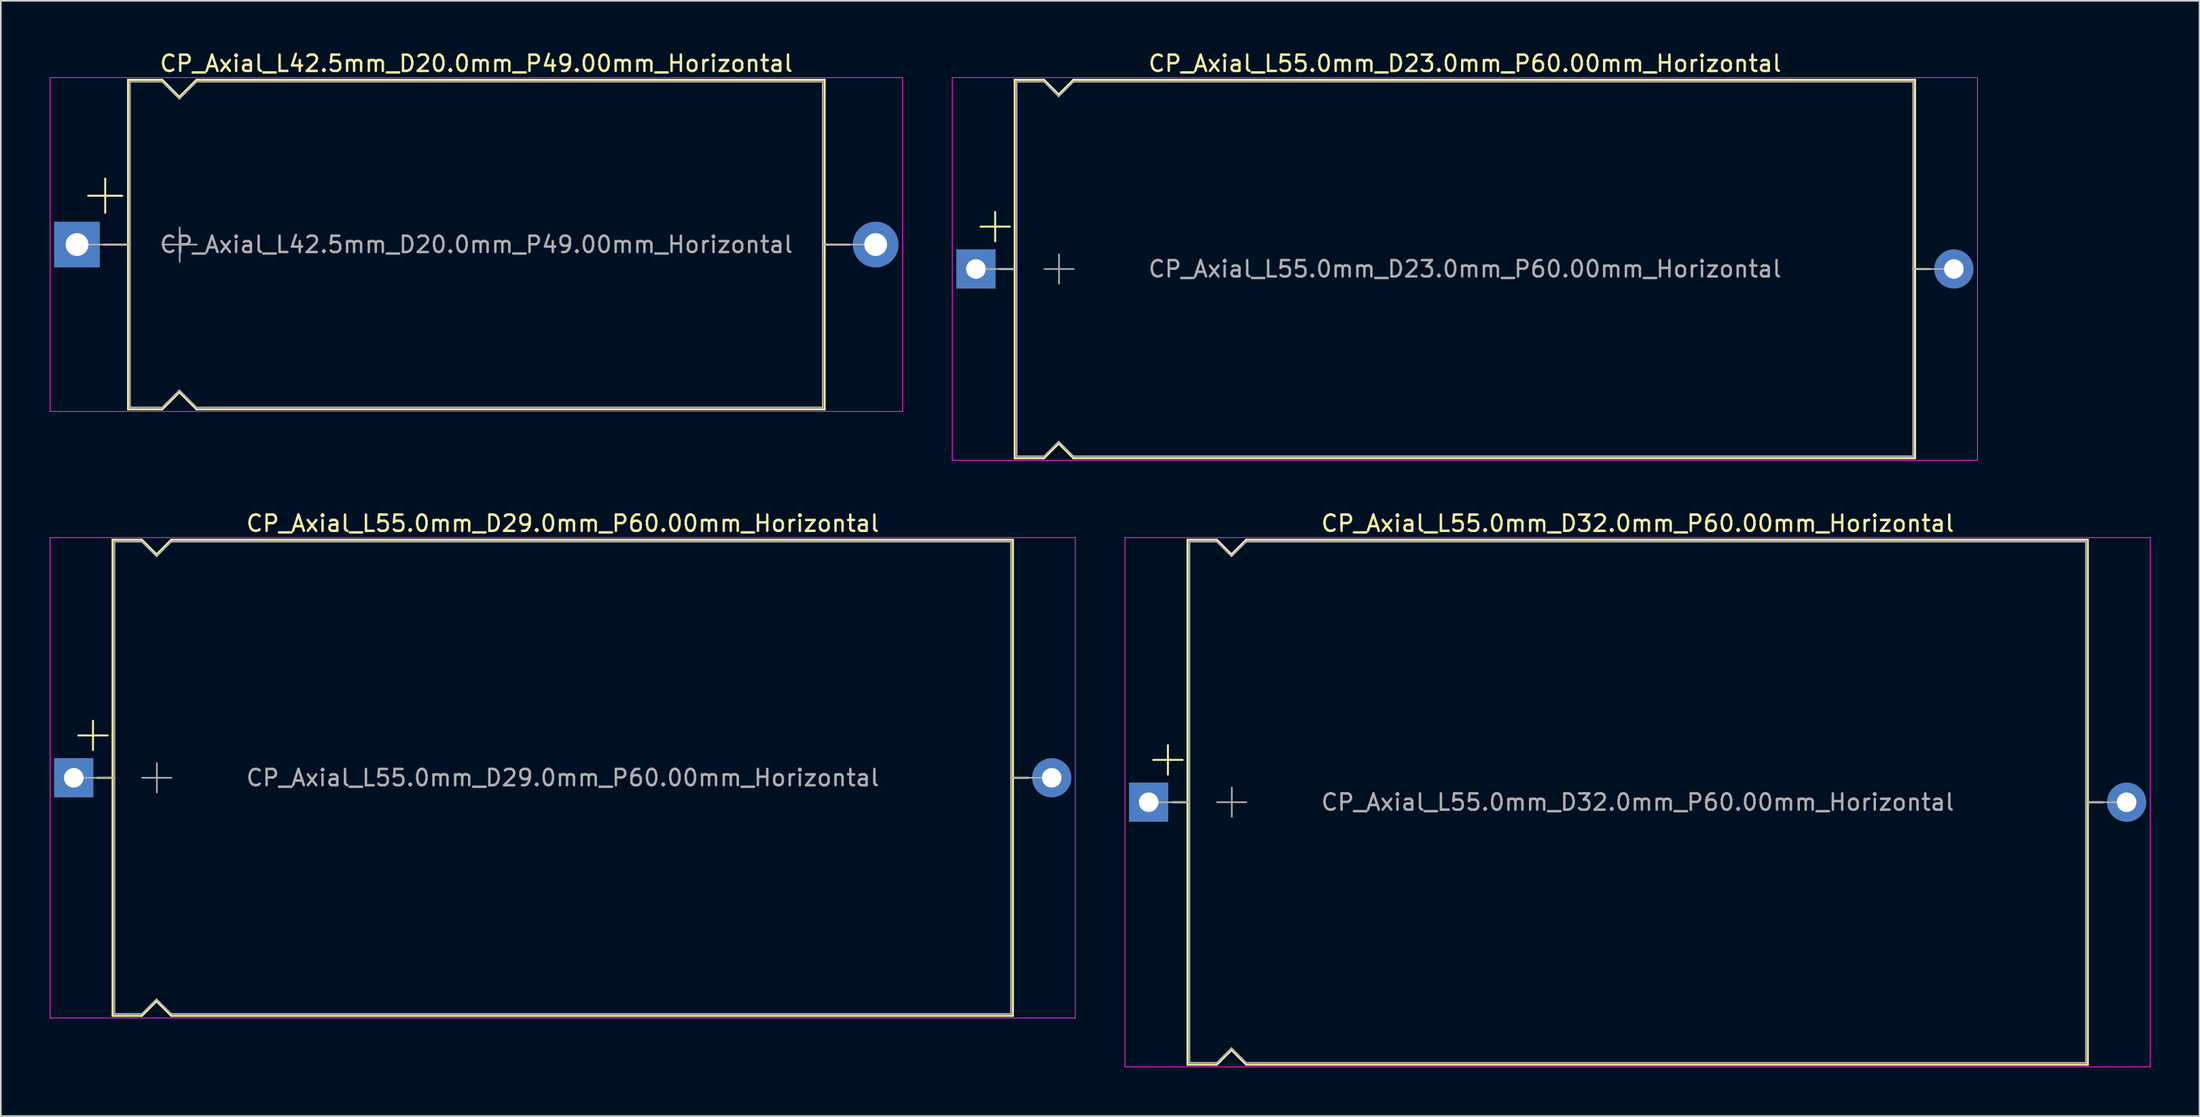
<source format=kicad_pcb>
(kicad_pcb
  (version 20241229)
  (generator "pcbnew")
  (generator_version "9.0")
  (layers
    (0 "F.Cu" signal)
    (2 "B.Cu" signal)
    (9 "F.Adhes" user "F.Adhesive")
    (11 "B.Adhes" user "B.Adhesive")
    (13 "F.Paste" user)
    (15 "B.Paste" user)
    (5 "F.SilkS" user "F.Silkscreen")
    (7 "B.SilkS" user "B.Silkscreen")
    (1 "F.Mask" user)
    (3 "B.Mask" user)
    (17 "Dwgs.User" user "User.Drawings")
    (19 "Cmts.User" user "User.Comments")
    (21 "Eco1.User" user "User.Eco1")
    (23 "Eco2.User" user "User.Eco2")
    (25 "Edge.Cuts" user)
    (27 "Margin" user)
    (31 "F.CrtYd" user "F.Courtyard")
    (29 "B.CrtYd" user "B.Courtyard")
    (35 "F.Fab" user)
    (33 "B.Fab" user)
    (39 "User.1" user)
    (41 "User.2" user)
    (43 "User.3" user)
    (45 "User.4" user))
  (footprint "CP_Axial_L55.0mm_D32.0mm_P60.00mm_Horizontal"
    (layer "F.Cu")
    (at 67.425 46.212)
    (property "Reference" "CP_Axial_L55.0mm_D32.0mm_P60.00mm_Horizontal" (at 30 -17.12 0) (layer "F.SilkS") (effects (font (size 1 1) (thickness 0.15))))
    (attr through_hole)
    (fp_line (start 0.28 -2.6) (end 2.08 -2.6) (stroke (width 0.12) (type solid)) (layer "F.SilkS"))
    (fp_line (start 1.18 -3.5) (end 1.18 -1.7) (stroke (width 0.12) (type solid)) (layer "F.SilkS"))
    (fp_line (start 1.44 0) (end 2.38 0) (stroke (width 0.12) (type solid)) (layer "F.SilkS"))
    (fp_line (start 2.38 -16.12) (end 2.38 16.12) (stroke (width 0.12) (type solid)) (layer "F.SilkS"))
    (fp_line (start 2.38 -16.12) (end 4.18 -16.12) (stroke (width 0.12) (type solid)) (layer "F.SilkS"))
    (fp_line (start 2.38 16.12) (end 4.18 16.12) (stroke (width 0.12) (type solid)) (layer "F.SilkS"))
    (fp_line (start 4.18 -16.12) (end 5.08 -15.22) (stroke (width 0.12) (type solid)) (layer "F.SilkS"))
    (fp_line (start 4.18 16.12) (end 5.08 15.22) (stroke (width 0.12) (type solid)) (layer "F.SilkS"))
    (fp_line (start 5.08 -15.22) (end 5.98 -16.12) (stroke (width 0.12) (type solid)) (layer "F.SilkS"))
    (fp_line (start 5.08 15.22) (end 5.98 16.12) (stroke (width 0.12) (type solid)) (layer "F.SilkS"))
    (fp_line (start 5.98 -16.12) (end 57.62 -16.12) (stroke (width 0.12) (type solid)) (layer "F.SilkS"))
    (fp_line (start 5.98 16.12) (end 57.62 16.12) (stroke (width 0.12) (type solid)) (layer "F.SilkS"))
    (fp_line (start 57.62 -16.12) (end 57.62 16.12) (stroke (width 0.12) (type solid)) (layer "F.SilkS"))
    (fp_line (start 58.56 0) (end 57.62 0) (stroke (width 0.12) (type solid)) (layer "F.SilkS"))
    (fp_line (start -1.45 -16.25) (end -1.45 16.25) (stroke (width 0.05) (type solid)) (layer "F.CrtYd"))
    (fp_line (start -1.45 16.25) (end 61.45 16.25) (stroke (width 0.05) (type solid)) (layer "F.CrtYd"))
    (fp_line (start 61.45 -16.25) (end -1.45 -16.25) (stroke (width 0.05) (type solid)) (layer "F.CrtYd"))
    (fp_line (start 61.45 16.25) (end 61.45 -16.25) (stroke (width 0.05) (type solid)) (layer "F.CrtYd"))
    (fp_line (start 0 0) (end 2.5 0) (stroke (width 0.1) (type solid)) (layer "F.Fab"))
    (fp_line (start 2.5 -16) (end 2.5 16) (stroke (width 0.1) (type solid)) (layer "F.Fab"))
    (fp_line (start 2.5 -16) (end 4.18 -16) (stroke (width 0.1) (type solid)) (layer "F.Fab"))
    (fp_line (start 2.5 16) (end 4.18 16) (stroke (width 0.1) (type solid)) (layer "F.Fab"))
    (fp_line (start 4.18 -16) (end 5.08 -15.1) (stroke (width 0.1) (type solid)) (layer "F.Fab"))
    (fp_line (start 4.18 16) (end 5.08 15.1) (stroke (width 0.1) (type solid)) (layer "F.Fab"))
    (fp_line (start 4.2 0) (end 6 0) (stroke (width 0.1) (type solid)) (layer "F.Fab"))
    (fp_line (start 5.08 -15.1) (end 5.98 -16) (stroke (width 0.1) (type solid)) (layer "F.Fab"))
    (fp_line (start 5.08 15.1) (end 5.98 16) (stroke (width 0.1) (type solid)) (layer "F.Fab"))
    (fp_line (start 5.1 -0.9) (end 5.1 0.9) (stroke (width 0.1) (type solid)) (layer "F.Fab"))
    (fp_line (start 5.98 -16) (end 57.5 -16) (stroke (width 0.1) (type solid)) (layer "F.Fab"))
    (fp_line (start 5.98 16) (end 57.5 16) (stroke (width 0.1) (type solid)) (layer "F.Fab"))
    (fp_line (start 57.5 -16) (end 57.5 16) (stroke (width 0.1) (type solid)) (layer "F.Fab"))
    (fp_line (start 60 0) (end 57.5 0) (stroke (width 0.1) (type solid)) (layer "F.Fab"))
    (fp_text user "${REFERENCE}" (at 30 0 0) (layer "F.Fab") (effects (font (size 1 1) (thickness 0.15))))
    (pad "1" thru_hole rect (at 0 0) (size 2.4 2.4) (drill 1.2) (layers "*.Cu" "*.Mask"))
    (pad "2" thru_hole oval (at 60 0) (size 2.4 2.4) (drill 1.2) (layers "*.Cu" "*.Mask")))
  (footprint "CP_Axial_L55.0mm_D29.0mm_P60.00mm_Horizontal"
    (layer "F.Cu")
    (at 1.475 44.712)
    (property "Reference" "CP_Axial_L55.0mm_D29.0mm_P60.00mm_Horizontal" (at 30 -15.62 0) (layer "F.SilkS") (effects (font (size 1 1) (thickness 0.15))))
    (attr through_hole)
    (fp_line (start 0.28 -2.6) (end 2.08 -2.6) (stroke (width 0.12) (type solid)) (layer "F.SilkS"))
    (fp_line (start 1.18 -3.5) (end 1.18 -1.7) (stroke (width 0.12) (type solid)) (layer "F.SilkS"))
    (fp_line (start 1.44 0) (end 2.38 0) (stroke (width 0.12) (type solid)) (layer "F.SilkS"))
    (fp_line (start 2.38 -14.62) (end 2.38 14.62) (stroke (width 0.12) (type solid)) (layer "F.SilkS"))
    (fp_line (start 2.38 -14.62) (end 4.18 -14.62) (stroke (width 0.12) (type solid)) (layer "F.SilkS"))
    (fp_line (start 2.38 14.62) (end 4.18 14.62) (stroke (width 0.12) (type solid)) (layer "F.SilkS"))
    (fp_line (start 4.18 -14.62) (end 5.08 -13.72) (stroke (width 0.12) (type solid)) (layer "F.SilkS"))
    (fp_line (start 4.18 14.62) (end 5.08 13.72) (stroke (width 0.12) (type solid)) (layer "F.SilkS"))
    (fp_line (start 5.08 -13.72) (end 5.98 -14.62) (stroke (width 0.12) (type solid)) (layer "F.SilkS"))
    (fp_line (start 5.08 13.72) (end 5.98 14.62) (stroke (width 0.12) (type solid)) (layer "F.SilkS"))
    (fp_line (start 5.98 -14.62) (end 57.62 -14.62) (stroke (width 0.12) (type solid)) (layer "F.SilkS"))
    (fp_line (start 5.98 14.62) (end 57.62 14.62) (stroke (width 0.12) (type solid)) (layer "F.SilkS"))
    (fp_line (start 57.62 -14.62) (end 57.62 14.62) (stroke (width 0.12) (type solid)) (layer "F.SilkS"))
    (fp_line (start 58.56 0) (end 57.62 0) (stroke (width 0.12) (type solid)) (layer "F.SilkS"))
    (fp_line (start -1.45 -14.75) (end -1.45 14.75) (stroke (width 0.05) (type solid)) (layer "F.CrtYd"))
    (fp_line (start -1.45 14.75) (end 61.45 14.75) (stroke (width 0.05) (type solid)) (layer "F.CrtYd"))
    (fp_line (start 61.45 -14.75) (end -1.45 -14.75) (stroke (width 0.05) (type solid)) (layer "F.CrtYd"))
    (fp_line (start 61.45 14.75) (end 61.45 -14.75) (stroke (width 0.05) (type solid)) (layer "F.CrtYd"))
    (fp_line (start 0 0) (end 2.5 0) (stroke (width 0.1) (type solid)) (layer "F.Fab"))
    (fp_line (start 2.5 -14.5) (end 2.5 14.5) (stroke (width 0.1) (type solid)) (layer "F.Fab"))
    (fp_line (start 2.5 -14.5) (end 4.18 -14.5) (stroke (width 0.1) (type solid)) (layer "F.Fab"))
    (fp_line (start 2.5 14.5) (end 4.18 14.5) (stroke (width 0.1) (type solid)) (layer "F.Fab"))
    (fp_line (start 4.18 -14.5) (end 5.08 -13.6) (stroke (width 0.1) (type solid)) (layer "F.Fab"))
    (fp_line (start 4.18 14.5) (end 5.08 13.6) (stroke (width 0.1) (type solid)) (layer "F.Fab"))
    (fp_line (start 4.2 0) (end 6 0) (stroke (width 0.1) (type solid)) (layer "F.Fab"))
    (fp_line (start 5.08 -13.6) (end 5.98 -14.5) (stroke (width 0.1) (type solid)) (layer "F.Fab"))
    (fp_line (start 5.08 13.6) (end 5.98 14.5) (stroke (width 0.1) (type solid)) (layer "F.Fab"))
    (fp_line (start 5.1 -0.9) (end 5.1 0.9) (stroke (width 0.1) (type solid)) (layer "F.Fab"))
    (fp_line (start 5.98 -14.5) (end 57.5 -14.5) (stroke (width 0.1) (type solid)) (layer "F.Fab"))
    (fp_line (start 5.98 14.5) (end 57.5 14.5) (stroke (width 0.1) (type solid)) (layer "F.Fab"))
    (fp_line (start 57.5 -14.5) (end 57.5 14.5) (stroke (width 0.1) (type solid)) (layer "F.Fab"))
    (fp_line (start 60 0) (end 57.5 0) (stroke (width 0.1) (type solid)) (layer "F.Fab"))
    (fp_text user "${REFERENCE}" (at 30 0 0) (layer "F.Fab") (effects (font (size 1 1) (thickness 0.15))))
    (pad "1" thru_hole rect (at 0 0) (size 2.4 2.4) (drill 1.2) (layers "*.Cu" "*.Mask"))
    (pad "2" thru_hole oval (at 60 0) (size 2.4 2.4) (drill 1.2) (layers "*.Cu" "*.Mask")))
  (footprint "CP_Axial_L55.0mm_D23.0mm_P60.00mm_Horizontal"
    (layer "F.Cu")
    (at 56.825 13.468)
    (property "Reference" "CP_Axial_L55.0mm_D23.0mm_P60.00mm_Horizontal" (at 30 -12.62 0) (layer "F.SilkS") (effects (font (size 1 1) (thickness 0.15))))
    (attr through_hole)
    (fp_line (start 0.28 -2.6) (end 2.08 -2.6) (stroke (width 0.12) (type solid)) (layer "F.SilkS"))
    (fp_line (start 1.18 -3.5) (end 1.18 -1.7) (stroke (width 0.12) (type solid)) (layer "F.SilkS"))
    (fp_line (start 1.44 0) (end 2.38 0) (stroke (width 0.12) (type solid)) (layer "F.SilkS"))
    (fp_line (start 2.38 -11.62) (end 2.38 11.62) (stroke (width 0.12) (type solid)) (layer "F.SilkS"))
    (fp_line (start 2.38 -11.62) (end 4.18 -11.62) (stroke (width 0.12) (type solid)) (layer "F.SilkS"))
    (fp_line (start 2.38 11.62) (end 4.18 11.62) (stroke (width 0.12) (type solid)) (layer "F.SilkS"))
    (fp_line (start 4.18 -11.62) (end 5.08 -10.72) (stroke (width 0.12) (type solid)) (layer "F.SilkS"))
    (fp_line (start 4.18 11.62) (end 5.08 10.72) (stroke (width 0.12) (type solid)) (layer "F.SilkS"))
    (fp_line (start 5.08 -10.72) (end 5.98 -11.62) (stroke (width 0.12) (type solid)) (layer "F.SilkS"))
    (fp_line (start 5.08 10.72) (end 5.98 11.62) (stroke (width 0.12) (type solid)) (layer "F.SilkS"))
    (fp_line (start 5.98 -11.62) (end 57.62 -11.62) (stroke (width 0.12) (type solid)) (layer "F.SilkS"))
    (fp_line (start 5.98 11.62) (end 57.62 11.62) (stroke (width 0.12) (type solid)) (layer "F.SilkS"))
    (fp_line (start 57.62 -11.62) (end 57.62 11.62) (stroke (width 0.12) (type solid)) (layer "F.SilkS"))
    (fp_line (start 58.56 0) (end 57.62 0) (stroke (width 0.12) (type solid)) (layer "F.SilkS"))
    (fp_line (start -1.45 -11.75) (end -1.45 11.75) (stroke (width 0.05) (type solid)) (layer "F.CrtYd"))
    (fp_line (start -1.45 11.75) (end 61.45 11.75) (stroke (width 0.05) (type solid)) (layer "F.CrtYd"))
    (fp_line (start 61.45 -11.75) (end -1.45 -11.75) (stroke (width 0.05) (type solid)) (layer "F.CrtYd"))
    (fp_line (start 61.45 11.75) (end 61.45 -11.75) (stroke (width 0.05) (type solid)) (layer "F.CrtYd"))
    (fp_line (start 0 0) (end 2.5 0) (stroke (width 0.1) (type solid)) (layer "F.Fab"))
    (fp_line (start 2.5 -11.5) (end 2.5 11.5) (stroke (width 0.1) (type solid)) (layer "F.Fab"))
    (fp_line (start 2.5 -11.5) (end 4.18 -11.5) (stroke (width 0.1) (type solid)) (layer "F.Fab"))
    (fp_line (start 2.5 11.5) (end 4.18 11.5) (stroke (width 0.1) (type solid)) (layer "F.Fab"))
    (fp_line (start 4.18 -11.5) (end 5.08 -10.6) (stroke (width 0.1) (type solid)) (layer "F.Fab"))
    (fp_line (start 4.18 11.5) (end 5.08 10.6) (stroke (width 0.1) (type solid)) (layer "F.Fab"))
    (fp_line (start 4.2 0) (end 6 0) (stroke (width 0.1) (type solid)) (layer "F.Fab"))
    (fp_line (start 5.08 -10.6) (end 5.98 -11.5) (stroke (width 0.1) (type solid)) (layer "F.Fab"))
    (fp_line (start 5.08 10.6) (end 5.98 11.5) (stroke (width 0.1) (type solid)) (layer "F.Fab"))
    (fp_line (start 5.1 -0.9) (end 5.1 0.9) (stroke (width 0.1) (type solid)) (layer "F.Fab"))
    (fp_line (start 5.98 -11.5) (end 57.5 -11.5) (stroke (width 0.1) (type solid)) (layer "F.Fab"))
    (fp_line (start 5.98 11.5) (end 57.5 11.5) (stroke (width 0.1) (type solid)) (layer "F.Fab"))
    (fp_line (start 57.5 -11.5) (end 57.5 11.5) (stroke (width 0.1) (type solid)) (layer "F.Fab"))
    (fp_line (start 60 0) (end 57.5 0) (stroke (width 0.1) (type solid)) (layer "F.Fab"))
    (fp_text user "${REFERENCE}" (at 30 0 0) (layer "F.Fab") (effects (font (size 1 1) (thickness 0.15))))
    (pad "1" thru_hole rect (at 0 0) (size 2.4 2.4) (drill 1.2) (layers "*.Cu" "*.Mask"))
    (pad "2" thru_hole oval (at 60 0) (size 2.4 2.4) (drill 1.2) (layers "*.Cu" "*.Mask")))
  (footprint "CP_Axial_L42.5mm_D20.0mm_P49.00mm_Horizontal"
    (layer "F.Cu")
    (at 1.675 11.968)
    (property "Reference" "CP_Axial_L42.5mm_D20.0mm_P49.00mm_Horizontal" (at 24.5 -11.12 0) (layer "F.SilkS") (effects (font (size 1 1) (thickness 0.15))))
    (attr through_hole)
    (fp_line (start 0.68 -3) (end 2.78 -3) (stroke (width 0.12) (type solid)) (layer "F.SilkS"))
    (fp_line (start 1.64 0) (end 3.13 0) (stroke (width 0.12) (type solid)) (layer "F.SilkS"))
    (fp_line (start 1.73 -4.05) (end 1.73 -1.95) (stroke (width 0.12) (type solid)) (layer "F.SilkS"))
    (fp_line (start 3.13 -10.12) (end 3.13 10.12) (stroke (width 0.12) (type solid)) (layer "F.SilkS"))
    (fp_line (start 3.13 -10.12) (end 5.23 -10.12) (stroke (width 0.12) (type solid)) (layer "F.SilkS"))
    (fp_line (start 3.13 10.12) (end 5.23 10.12) (stroke (width 0.12) (type solid)) (layer "F.SilkS"))
    (fp_line (start 5.23 -10.12) (end 6.28 -9.07) (stroke (width 0.12) (type solid)) (layer "F.SilkS"))
    (fp_line (start 5.23 10.12) (end 6.28 9.07) (stroke (width 0.12) (type solid)) (layer "F.SilkS"))
    (fp_line (start 6.28 -9.07) (end 7.33 -10.12) (stroke (width 0.12) (type solid)) (layer "F.SilkS"))
    (fp_line (start 6.28 9.07) (end 7.33 10.12) (stroke (width 0.12) (type solid)) (layer "F.SilkS"))
    (fp_line (start 7.33 -10.12) (end 45.87 -10.12) (stroke (width 0.12) (type solid)) (layer "F.SilkS"))
    (fp_line (start 7.33 10.12) (end 45.87 10.12) (stroke (width 0.12) (type solid)) (layer "F.SilkS"))
    (fp_line (start 45.87 -10.12) (end 45.87 10.12) (stroke (width 0.12) (type solid)) (layer "F.SilkS"))
    (fp_line (start 47.36 0) (end 45.87 0) (stroke (width 0.12) (type solid)) (layer "F.SilkS"))
    (fp_line (start -1.65 -10.25) (end -1.65 10.25) (stroke (width 0.05) (type solid)) (layer "F.CrtYd"))
    (fp_line (start -1.65 10.25) (end 50.65 10.25) (stroke (width 0.05) (type solid)) (layer "F.CrtYd"))
    (fp_line (start 50.65 -10.25) (end -1.65 -10.25) (stroke (width 0.05) (type solid)) (layer "F.CrtYd"))
    (fp_line (start 50.65 10.25) (end 50.65 -10.25) (stroke (width 0.05) (type solid)) (layer "F.CrtYd"))
    (fp_line (start 0 0) (end 3.25 0) (stroke (width 0.1) (type solid)) (layer "F.Fab"))
    (fp_line (start 3.25 -10) (end 3.25 10) (stroke (width 0.1) (type solid)) (layer "F.Fab"))
    (fp_line (start 3.25 -10) (end 5.23 -10) (stroke (width 0.1) (type solid)) (layer "F.Fab"))
    (fp_line (start 3.25 10) (end 5.23 10) (stroke (width 0.1) (type solid)) (layer "F.Fab"))
    (fp_line (start 5.23 -10) (end 6.28 -8.95) (stroke (width 0.1) (type solid)) (layer "F.Fab"))
    (fp_line (start 5.23 10) (end 6.28 8.95) (stroke (width 0.1) (type solid)) (layer "F.Fab"))
    (fp_line (start 5.25 0) (end 7.35 0) (stroke (width 0.1) (type solid)) (layer "F.Fab"))
    (fp_line (start 6.28 -8.95) (end 7.33 -10) (stroke (width 0.1) (type solid)) (layer "F.Fab"))
    (fp_line (start 6.28 8.95) (end 7.33 10) (stroke (width 0.1) (type solid)) (layer "F.Fab"))
    (fp_line (start 6.3 -1.05) (end 6.3 1.05) (stroke (width 0.1) (type solid)) (layer "F.Fab"))
    (fp_line (start 7.33 -10) (end 45.75 -10) (stroke (width 0.1) (type solid)) (layer "F.Fab"))
    (fp_line (start 7.33 10) (end 45.75 10) (stroke (width 0.1) (type solid)) (layer "F.Fab"))
    (fp_line (start 45.75 -10) (end 45.75 10) (stroke (width 0.1) (type solid)) (layer "F.Fab"))
    (fp_line (start 49 0) (end 45.75 0) (stroke (width 0.1) (type solid)) (layer "F.Fab"))
    (fp_text user "${REFERENCE}" (at 24.5 0 0) (layer "F.Fab") (effects (font (size 1 1) (thickness 0.15))))
    (pad "1" thru_hole rect (at 0 0) (size 2.8 2.8) (drill 1.4) (layers "*.Cu" "*.Mask"))
    (pad "2" thru_hole oval (at 49 0) (size 2.8 2.8) (drill 1.4) (layers "*.Cu" "*.Mask")))
  (gr_rect
    (start -3 -3)
    (end 131.9 65.487)
    (stroke (width 0.1) (type default))
    (fill no)
    (layer "Edge.Cuts")))
</source>
